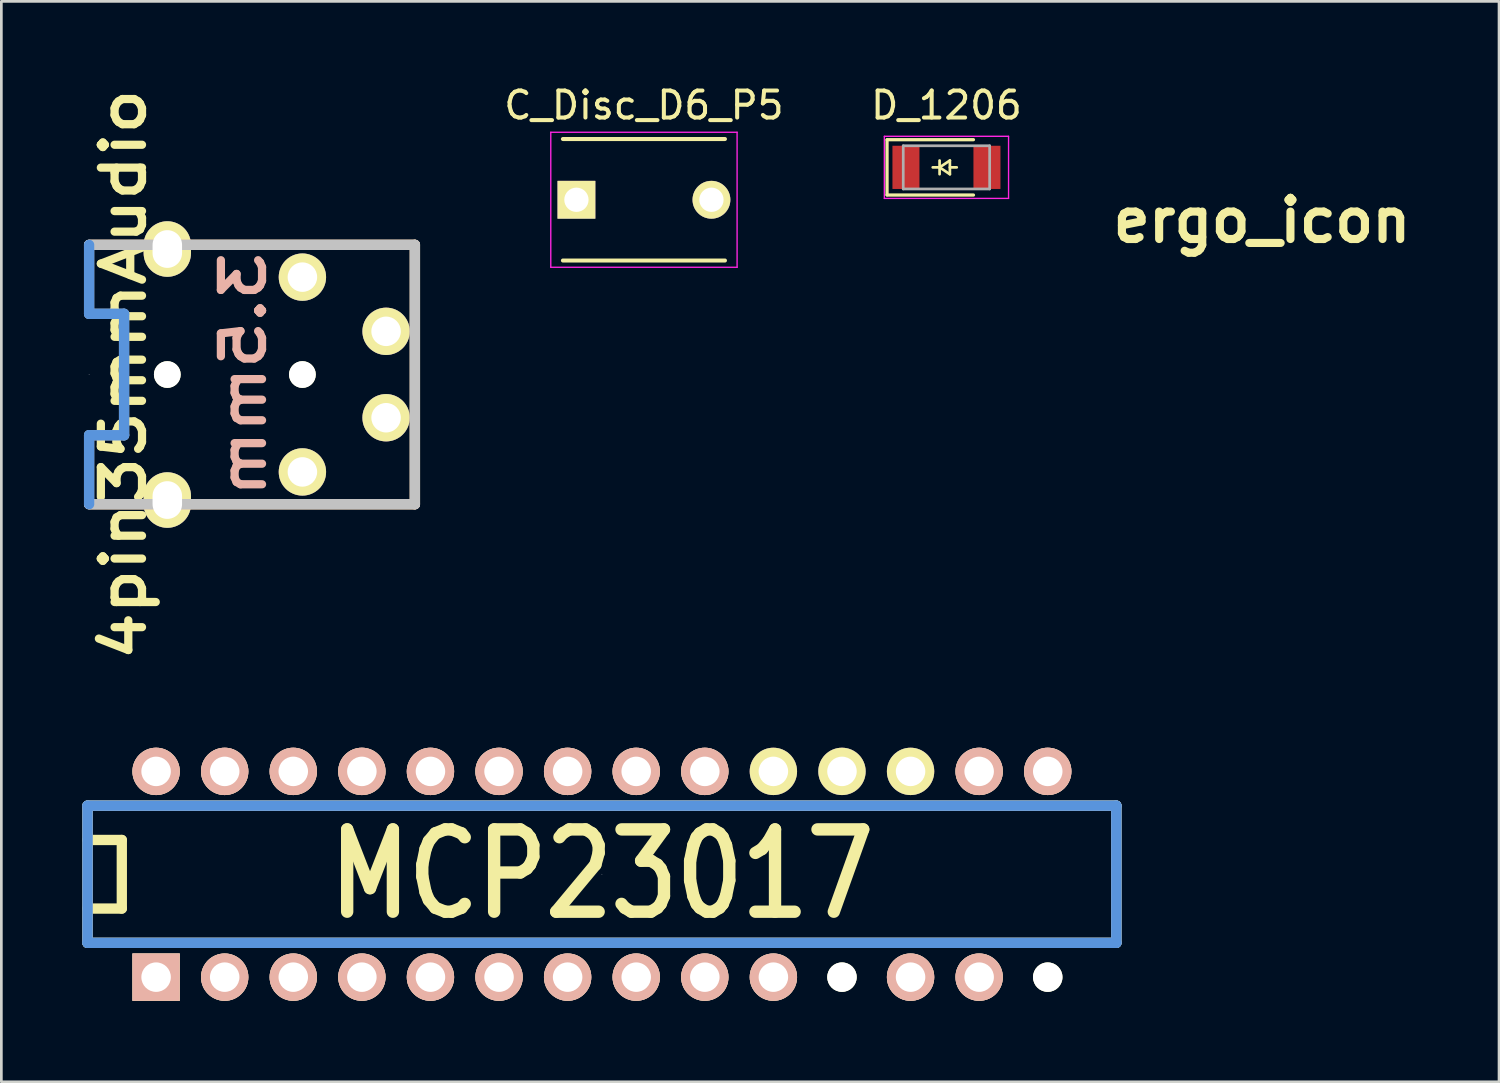
<source format=kicad_pcb>
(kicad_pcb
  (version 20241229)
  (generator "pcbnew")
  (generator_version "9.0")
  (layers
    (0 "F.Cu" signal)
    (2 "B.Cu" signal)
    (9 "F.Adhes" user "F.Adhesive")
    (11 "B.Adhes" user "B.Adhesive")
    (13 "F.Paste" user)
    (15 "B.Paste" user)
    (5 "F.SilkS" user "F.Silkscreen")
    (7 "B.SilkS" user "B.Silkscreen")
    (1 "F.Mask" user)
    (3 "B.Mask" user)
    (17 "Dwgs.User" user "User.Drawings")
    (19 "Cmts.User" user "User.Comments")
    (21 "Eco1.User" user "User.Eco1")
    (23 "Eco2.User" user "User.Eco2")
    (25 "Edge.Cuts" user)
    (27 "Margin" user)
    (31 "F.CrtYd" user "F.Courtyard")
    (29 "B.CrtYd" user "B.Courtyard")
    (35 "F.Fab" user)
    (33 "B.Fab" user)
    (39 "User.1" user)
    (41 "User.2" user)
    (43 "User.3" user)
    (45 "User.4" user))
  (footprint "4pin35mmAudio"
    (layer "F.Cu")
    (at 0.25 10.82)
    (property "Reference" "4pin35mmAudio" (at 1.27 0 90) (layer "F.SilkS") (effects (font (size 1.524 1.778) (thickness 0.305))))
    (attr through_hole)
    (fp_line (start 0 -4.801) (end 12.065 -4.801) (stroke (width 0.381) (type solid)) (layer "F.SilkS"))
    (fp_line (start 12.065 -4.801) (end 12.065 4.801) (stroke (width 0.381) (type solid)) (layer "F.SilkS"))
    (fp_line (start 12.065 4.801) (end 0 4.801) (stroke (width 0.381) (type solid)) (layer "F.SilkS"))
    (fp_line (start 0 -4.801) (end 12.065 -4.801) (stroke (width 0.381) (type solid)) (layer "B.SilkS"))
    (fp_line (start 12.065 -4.801) (end 12.065 4.801) (stroke (width 0.381) (type solid)) (layer "B.SilkS"))
    (fp_line (start 12.065 4.801) (end 0 4.801) (stroke (width 0.381) (type solid)) (layer "B.SilkS"))
    (fp_line (start 0 -4.801) (end 0 -2.248) (stroke (width 0.381) (type solid)) (layer "Dwgs.User"))
    (fp_line (start 0 -2.248) (end 1.295 -2.248) (stroke (width 0.381) (type solid)) (layer "Dwgs.User"))
    (fp_line (start 0 0) (end 0 0) (stroke (width 0.025) (type solid)) (layer "Dwgs.User"))
    (fp_line (start 0 2.248) (end 0 4.801) (stroke (width 0.381) (type solid)) (layer "Dwgs.User"))
    (fp_line (start 0 4.801) (end 12.065 4.801) (stroke (width 0.381) (type solid)) (layer "Dwgs.User"))
    (fp_line (start 1.295 -2.248) (end 1.295 2.248) (stroke (width 0.381) (type solid)) (layer "Dwgs.User"))
    (fp_line (start 1.295 2.248) (end 0 2.248) (stroke (width 0.381) (type solid)) (layer "Dwgs.User"))
    (fp_line (start 12.065 -4.801) (end 0 -4.801) (stroke (width 0.381) (type solid)) (layer "Dwgs.User"))
    (fp_line (start 12.065 4.801) (end 12.065 -4.801) (stroke (width 0.381) (type solid)) (layer "Dwgs.User"))
    (fp_line (start 0 -2.248) (end 0 -4.801) (stroke (width 0.381) (type solid)) (layer "Cmts.User"))
    (fp_line (start 0 -2.248) (end 1.295 -2.248) (stroke (width 0.381) (type solid)) (layer "Cmts.User"))
    (fp_line (start 0 4.801) (end 0 2.248) (stroke (width 0.381) (type solid)) (layer "Cmts.User"))
    (fp_line (start 1.295 -2.248) (end 1.295 2.248) (stroke (width 0.381) (type solid)) (layer "Cmts.User"))
    (fp_line (start 1.295 2.248) (end 0 2.248) (stroke (width 0.381) (type solid)) (layer "Cmts.User"))
    (fp_text user "3.5mm" (at 5.715 0 90) (layer "B.SilkS") (effects (font (size 1.524 1.778) (thickness 0.305)) (justify mirror)))
    (pad "" np_thru_hole circle (at 2.896 0) (size 0.991 0.991) (drill 0.991) (layers "*.Cu" "*.Mask" "F.SilkS"))
    (pad "" np_thru_hole circle (at 7.899 0) (size 0.991 0.991) (drill 0.991) (layers "*.Cu" "*.Mask" "F.SilkS"))
    (pad "1" thru_hole oval (at 2.896 -4.648) (size 1.753 2.057) (drill oval 1.092 1.397) (layers "*.Cu" "*.Mask" "F.SilkS"))
    (pad "2" thru_hole circle (at 7.899 3.607) (size 1.753 1.753) (drill 1.092) (layers "*.Cu" "*.Mask" "F.SilkS"))
    (pad "3" thru_hole circle (at 10.998 -1.6) (size 1.753 1.753) (drill 1.092) (layers "*.Cu" "*.Mask" "F.SilkS"))
    (pad "4" thru_hole oval (at 2.896 4.648) (size 1.753 2.057) (drill oval 1.092 1.397) (layers "*.Cu" "*.Mask" "F.SilkS"))
    (pad "5" thru_hole circle (at 10.998 1.6) (size 1.753 1.753) (drill 1.092) (layers "*.Cu" "*.Mask" "F.SilkS"))
    (pad "6" thru_hole circle (at 7.899 -3.607) (size 1.753 1.753) (drill 1.092) (layers "*.Cu" "*.Mask" "F.SilkS")))
  (footprint "D_1206"
    (layer "F.Cu")
    (at 32 3.148)
    (property "Reference" "D_1206" (at 0 -2.3 0) (layer "F.SilkS") (effects (font (size 1 1) (thickness 0.15))))
    (attr smd)
    (fp_line (start -2.2 -1.016) (end -2.2 1.016) (stroke (width 0.12) (type solid)) (layer "F.SilkS"))
    (fp_line (start -2.2 1.025) (end 1 1.025) (stroke (width 0.12) (type solid)) (layer "F.SilkS"))
    (fp_line (start -0.254 -0.254) (end -0.254 0.254) (stroke (width 0.1) (type solid)) (layer "F.SilkS"))
    (fp_line (start -0.254 0) (end -0.508 0) (stroke (width 0.1) (type solid)) (layer "F.SilkS"))
    (fp_line (start -0.254 0) (end 0.127 -0.254) (stroke (width 0.1) (type solid)) (layer "F.SilkS"))
    (fp_line (start 0.127 -0.254) (end 0.127 0.254) (stroke (width 0.1) (type solid)) (layer "F.SilkS"))
    (fp_line (start 0.127 0) (end 0.381 0) (stroke (width 0.1) (type solid)) (layer "F.SilkS"))
    (fp_line (start 0.127 0.254) (end -0.254 0) (stroke (width 0.1) (type solid)) (layer "F.SilkS"))
    (fp_line (start 1 -1.025) (end -2.2 -1.025) (stroke (width 0.12) (type solid)) (layer "F.SilkS"))
    (fp_line (start -2.3 -1.15) (end -2.3 1.15) (stroke (width 0.05) (type solid)) (layer "F.CrtYd"))
    (fp_line (start -2.3 -1.15) (end 2.3 -1.15) (stroke (width 0.05) (type solid)) (layer "F.CrtYd"))
    (fp_line (start -2.3 1.15) (end 2.3 1.15) (stroke (width 0.05) (type solid)) (layer "F.CrtYd"))
    (fp_line (start 2.3 -1.15) (end 2.3 1.15) (stroke (width 0.05) (type solid)) (layer "F.CrtYd"))
    (fp_line (start -1.6 -0.8) (end 1.6 -0.8) (stroke (width 0.1) (type solid)) (layer "F.Fab"))
    (fp_line (start -1.6 0.8) (end -1.6 -0.8) (stroke (width 0.1) (type solid)) (layer "F.Fab"))
    (fp_line (start 1.6 -0.8) (end 1.6 0.8) (stroke (width 0.1) (type solid)) (layer "F.Fab"))
    (fp_line (start 1.6 0.8) (end -1.6 0.8) (stroke (width 0.1) (type solid)) (layer "F.Fab"))
    (pad "1" smd rect (at -1.5 0) (size 1 1.6) (layers "F.Cu" "F.Mask" "F.Paste"))
    (pad "2" smd rect (at 1.5 0) (size 1 1.6) (layers "F.Cu" "F.Mask" "F.Paste")))
  (footprint "MCP23017"
    (layer "F.Cu")
    (at 19.241 29.327)
    (property "Reference" "MCP23017" (at 0 0 0) (layer "F.SilkS") (effects (font (size 3.048 2.54) (thickness 0.457))))
    (attr through_hole)
    (fp_line (start -19.05 -2.54) (end 19.05 -2.54) (stroke (width 0.381) (type solid)) (layer "F.SilkS"))
    (fp_line (start -19.05 -1.27) (end -17.78 -1.27) (stroke (width 0.381) (type solid)) (layer "F.SilkS"))
    (fp_line (start -19.05 2.54) (end -19.05 -2.54) (stroke (width 0.381) (type solid)) (layer "F.SilkS"))
    (fp_line (start -17.78 -1.27) (end -17.78 1.27) (stroke (width 0.381) (type solid)) (layer "F.SilkS"))
    (fp_line (start -17.78 1.27) (end -19.05 1.27) (stroke (width 0.381) (type solid)) (layer "F.SilkS"))
    (fp_line (start 19.05 -2.54) (end 19.05 2.54) (stroke (width 0.381) (type solid)) (layer "F.SilkS"))
    (fp_line (start 19.05 2.54) (end -19.05 2.54) (stroke (width 0.381) (type solid)) (layer "F.SilkS"))
    (fp_line (start -19.05 -2.54) (end 19.05 -2.54) (stroke (width 0.381) (type solid)) (layer "Dwgs.User"))
    (fp_line (start -19.05 2.54) (end -19.05 -2.54) (stroke (width 0.381) (type solid)) (layer "Dwgs.User"))
    (fp_line (start 0 0) (end 0 0) (stroke (width 0.025) (type solid)) (layer "Dwgs.User"))
    (fp_line (start 19.05 -2.54) (end 19.05 2.54) (stroke (width 0.381) (type solid)) (layer "Dwgs.User"))
    (fp_line (start 19.05 2.54) (end -19.05 2.54) (stroke (width 0.381) (type solid)) (layer "Dwgs.User"))
    (fp_line (start -19.05 -2.54) (end 19.05 -2.54) (stroke (width 0.381) (type solid)) (layer "Cmts.User"))
    (fp_line (start -19.05 2.54) (end -19.05 -2.54) (stroke (width 0.381) (type solid)) (layer "Cmts.User"))
    (fp_line (start 19.05 -2.54) (end 19.05 2.54) (stroke (width 0.381) (type solid)) (layer "Cmts.User"))
    (fp_line (start 19.05 2.54) (end -19.05 2.54) (stroke (width 0.381) (type solid)) (layer "Cmts.User"))
    (pad "" np_thru_hole circle (at 8.89 3.81) (size 1.092 1.092) (drill 1.092) (layers "*.Cu" "*.Mask" "F.SilkS"))
    (pad "" np_thru_hole circle (at 16.51 3.81) (size 1.092 1.092) (drill 1.092) (layers "*.Cu" "*.Mask" "F.SilkS"))
    (pad "1" thru_hole rect (at -16.51 3.81) (size 1.753 1.753) (drill 1.092) (layers "*.Cu" "*.SilkS" "*.Mask"))
    (pad "2" thru_hole circle (at -13.97 3.81) (size 1.753 1.753) (drill 1.092) (layers "*.Cu" "*.SilkS" "*.Mask"))
    (pad "3" thru_hole circle (at -11.43 3.81) (size 1.753 1.753) (drill 1.092) (layers "*.Cu" "*.SilkS" "*.Mask"))
    (pad "4" thru_hole circle (at -8.89 3.81) (size 1.753 1.753) (drill 1.092) (layers "*.Cu" "*.SilkS" "*.Mask"))
    (pad "5" thru_hole circle (at -6.35 3.81) (size 1.753 1.753) (drill 1.092) (layers "*.Cu" "*.SilkS" "*.Mask"))
    (pad "6" thru_hole circle (at -3.81 3.81) (size 1.753 1.753) (drill 1.092) (layers "*.Cu" "*.SilkS" "*.Mask"))
    (pad "7" thru_hole circle (at -1.27 3.81) (size 1.753 1.753) (drill 1.092) (layers "*.Cu" "*.SilkS" "*.Mask"))
    (pad "8" thru_hole circle (at 1.27 3.81) (size 1.753 1.753) (drill 1.092) (layers "*.Cu" "*.SilkS" "*.Mask"))
    (pad "9" thru_hole circle (at 3.81 3.81) (size 1.753 1.753) (drill 1.092) (layers "*.Cu" "*.SilkS" "*.Mask"))
    (pad "10" thru_hole circle (at 6.35 3.81) (size 1.753 1.753) (drill 1.092) (layers "*.Cu" "*.SilkS" "*.Mask"))
    (pad "12" thru_hole circle (at 11.43 3.81) (size 1.753 1.753) (drill 1.092) (layers "*.Cu" "*.SilkS" "*.Mask"))
    (pad "13" thru_hole circle (at 13.97 3.81) (size 1.753 1.753) (drill 1.092) (layers "*.Cu" "*.SilkS" "*.Mask"))
    (pad "15" thru_hole circle (at 16.51 -3.81) (size 1.753 1.753) (drill 1.092) (layers "*.Cu" "*.SilkS" "*.Mask"))
    (pad "16" thru_hole circle (at 13.97 -3.81) (size 1.753 1.753) (drill 1.092) (layers "*.Cu" "*.SilkS" "*.Mask"))
    (pad "17" thru_hole circle (at 11.43 -3.81) (size 1.753 1.753) (drill 1.092) (layers "*.Cu" "*.Mask" "F.SilkS"))
    (pad "18" thru_hole circle (at 8.89 -3.81) (size 1.753 1.753) (drill 1.092) (layers "*.Cu" "*.Mask" "F.SilkS"))
    (pad "19" thru_hole circle (at 6.35 -3.81) (size 1.753 1.753) (drill 1.092) (layers "*.Cu" "*.Mask" "F.SilkS"))
    (pad "20" thru_hole circle (at 3.81 -3.81) (size 1.753 1.753) (drill 1.092) (layers "*.Cu" "*.SilkS" "*.Mask"))
    (pad "21" thru_hole circle (at 1.27 -3.81) (size 1.753 1.753) (drill 1.092) (layers "*.Cu" "*.SilkS" "*.Mask"))
    (pad "22" thru_hole circle (at -1.27 -3.81) (size 1.753 1.753) (drill 1.092) (layers "*.Cu" "*.SilkS" "*.Mask"))
    (pad "23" thru_hole circle (at -3.81 -3.81) (size 1.753 1.753) (drill 1.092) (layers "*.Cu" "*.SilkS" "*.Mask"))
    (pad "24" thru_hole circle (at -6.35 -3.81) (size 1.753 1.753) (drill 1.092) (layers "*.Cu" "*.SilkS" "*.Mask"))
    (pad "25" thru_hole circle (at -8.89 -3.81) (size 1.753 1.753) (drill 1.092) (layers "*.Cu" "*.SilkS" "*.Mask"))
    (pad "26" thru_hole circle (at -11.43 -3.81) (size 1.753 1.753) (drill 1.092) (layers "*.Cu" "*.SilkS" "*.Mask"))
    (pad "27" thru_hole circle (at -13.97 -3.81) (size 1.753 1.753) (drill 1.092) (layers "*.Cu" "*.SilkS" "*.Mask"))
    (pad "28" thru_hole circle (at -16.51 -3.81) (size 1.753 1.753) (drill 1.092) (layers "*.Cu" "*.SilkS" "*.Mask")))
  (footprint "C_Disc_D6_P5"
    (layer "F.Cu")
    (at 18.297 4.348)
    (property "Reference" "C_Disc_D6_P5" (at 2.5 -3.5 0) (layer "F.SilkS") (effects (font (size 1 1) (thickness 0.15))))
    (attr through_hole)
    (fp_line (start -0.5 -2.25) (end 5.5 -2.25) (stroke (width 0.15) (type solid)) (layer "F.SilkS"))
    (fp_line (start 5.5 2.25) (end -0.5 2.25) (stroke (width 0.15) (type solid)) (layer "F.SilkS"))
    (fp_line (start -0.95 -2.5) (end 5.95 -2.5) (stroke (width 0.05) (type solid)) (layer "F.CrtYd"))
    (fp_line (start -0.95 2.5) (end -0.95 -2.5) (stroke (width 0.05) (type solid)) (layer "F.CrtYd"))
    (fp_line (start 5.95 -2.5) (end 5.95 2.5) (stroke (width 0.05) (type solid)) (layer "F.CrtYd"))
    (fp_line (start 5.95 2.5) (end -0.95 2.5) (stroke (width 0.05) (type solid)) (layer "F.CrtYd"))
    (pad "1" thru_hole rect (at 0 0) (size 1.4 1.4) (drill 0.9) (layers "*.Cu" "*.Mask" "F.SilkS"))
    (pad "2" thru_hole circle (at 5 0) (size 1.4 1.4) (drill 0.9) (layers "*.Cu" "*.Mask" "F.SilkS")))
  (footprint "ergo_icon"
    (layer "B.Cu")
    (at 43.687 5.112)
    (property "Reference" "ergo_icon" (at 0 0 0) (layer "F.SilkS") (effects (font (size 1.524 1.524) (thickness 0.3))))
    (attr through_hole)
    (fp_poly (pts (xy 0.285 -5.085) (xy 0.818 -4.911) (xy 1.323 -4.593) (xy 1.781 -4.139) (xy 1.897 -3.99) (xy 2.168 -3.577) (xy 2.433 -3.095) (xy 2.665 -2.602) (xy 2.836 -2.155) (xy 2.894 -1.951) (xy 2.994 -1.517) (xy 2.452 -0.97) (xy 1.91 -0.423) (xy 0.931 -1.392) (xy 0.442 -0.907) (xy -0.048 -0.423) (xy -0.968 -1.355) (xy -1.91 -0.424) (xy -2.492 -1.01) (xy -3.074 -1.597) (xy -2.842 -2.259) (xy -2.546 -2.969) (xy -2.184 -3.615) (xy -1.774 -4.172) (xy -1.335 -4.616) (xy -0.886 -4.921) (xy -0.781 -4.97) (xy -0.254 -5.107) (xy 0.285 -5.085)) (stroke (width 0.01) (type solid)) (fill yes) (layer "B.Mask"))
    (fp_poly (pts (xy -2.982 -1.044) (xy -2.81 -0.893) (xy -2.58 -0.674) (xy -2.455 -0.55) (xy -1.91 -0.000009) (xy -1.439 -0.466) (xy -0.968 -0.932) (xy -0.048 0.000437) (xy 0.442 -0.484) (xy 0.931 -0.968) (xy 1.421 -0.484) (xy 1.91 -0.000009) (xy 2.457 -0.552) (xy 2.715 -0.81) (xy 2.879 -0.961) (xy 2.975 -1.019) (xy 3.03 -0.999) (xy 3.068 -0.913) (xy 3.077 -0.885) (xy 3.103 -0.688) (xy 3.1 -0.37) (xy 3.068 0.023) (xy 3.061 0.09) (xy 2.911 0.878) (xy 2.659 1.538) (xy 2.3 2.082) (xy 1.827 2.52) (xy 1.748 2.575) (xy 1.139 2.894) (xy 0.463 3.076) (xy -0.235 3.114) (xy -0.853 3.017) (xy -1.504 2.758) (xy -2.063 2.363) (xy -2.517 1.846) (xy -2.853 1.223) (xy -3.039 0.61) (xy -3.082 0.333) (xy -3.112 -0.000271) (xy -3.128 -0.348) (xy -3.13 -0.671) (xy -3.117 -0.928) (xy -3.088 -1.078) (xy -3.067 -1.101) (xy -2.982 -1.044)) (stroke (width 0.01) (type solid)) (fill yes) (layer "B.Mask")))
  (gr_rect
    (start -3 -3)
    (end 52.464 37.013)
    (stroke (width 0.1) (type default))
    (fill no)
    (layer "Edge.Cuts")))
</source>
